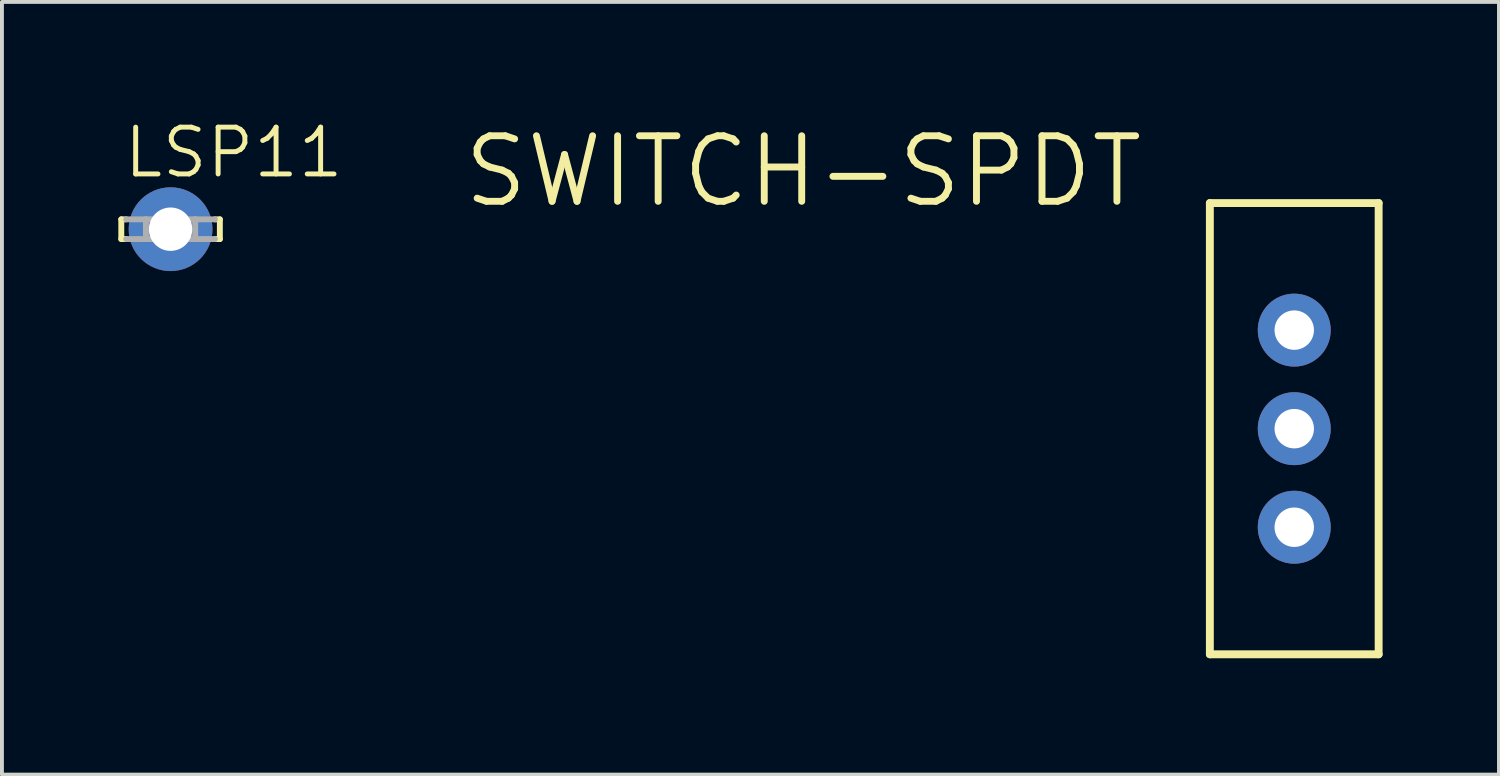
<source format=kicad_pcb>
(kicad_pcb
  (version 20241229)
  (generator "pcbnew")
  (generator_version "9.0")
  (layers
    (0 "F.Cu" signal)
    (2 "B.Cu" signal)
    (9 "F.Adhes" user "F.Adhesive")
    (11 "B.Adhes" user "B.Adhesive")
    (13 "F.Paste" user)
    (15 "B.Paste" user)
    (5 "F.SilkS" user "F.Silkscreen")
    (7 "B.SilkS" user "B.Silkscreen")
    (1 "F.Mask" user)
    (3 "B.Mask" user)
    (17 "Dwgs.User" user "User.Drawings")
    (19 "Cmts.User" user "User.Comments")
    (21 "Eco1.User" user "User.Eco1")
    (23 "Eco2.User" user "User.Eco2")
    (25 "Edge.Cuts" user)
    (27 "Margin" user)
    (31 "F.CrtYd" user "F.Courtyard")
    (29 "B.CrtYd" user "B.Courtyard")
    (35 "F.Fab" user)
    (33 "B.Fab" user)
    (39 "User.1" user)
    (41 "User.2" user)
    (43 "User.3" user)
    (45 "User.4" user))
  (footprint "LSP11"
    (layer "F.Cu")
    (at 1.346 2.857)
    (property "Reference" "LSP11" (at -1.27 -1.27 0) (layer "F.SilkS") (effects (font (size 1.206 1.206) (thickness 0.127)) (justify left bottom)))
    (attr through_hole)
    (fp_line (start -1.27 -0.254) (end -1.27 0.254) (stroke (width 0.152) (type solid)) (layer "F.SilkS"))
    (fp_line (start -1.27 -0.254) (end -1.143 -0.254) (stroke (width 0.152) (type solid)) (layer "F.SilkS"))
    (fp_line (start -1.27 0.254) (end -1.143 0.254) (stroke (width 0.152) (type solid)) (layer "F.SilkS"))
    (fp_line (start 1.27 -0.254) (end 1.143 -0.254) (stroke (width 0.152) (type solid)) (layer "F.SilkS"))
    (fp_line (start 1.27 -0.254) (end 1.27 0.254) (stroke (width 0.152) (type solid)) (layer "F.SilkS"))
    (fp_line (start 1.27 0.254) (end 1.143 0.254) (stroke (width 0.152) (type solid)) (layer "F.SilkS"))
    (fp_line (start -1.143 0.254) (end -0.635 0.254) (stroke (width 0.152) (type solid)) (layer "F.Fab"))
    (fp_line (start -0.635 -0.254) (end -1.143 -0.254) (stroke (width 0.152) (type solid)) (layer "F.Fab"))
    (fp_line (start -0.635 -0.254) (end -0.635 0.254) (stroke (width 0.152) (type solid)) (layer "F.Fab"))
    (fp_line (start -0.635 0.254) (end 0.635 0.254) (stroke (width 0.152) (type solid)) (layer "F.Fab"))
    (fp_line (start 0.635 -0.254) (end -0.635 -0.254) (stroke (width 0.152) (type solid)) (layer "F.Fab"))
    (fp_line (start 0.635 -0.254) (end 0.635 0.254) (stroke (width 0.152) (type solid)) (layer "F.Fab"))
    (fp_line (start 0.635 0.254) (end 1.143 0.254) (stroke (width 0.152) (type solid)) (layer "F.Fab"))
    (fp_line (start 1.143 -0.254) (end 0.635 -0.254) (stroke (width 0.152) (type solid)) (layer "F.Fab"))
    (pad "MP" thru_hole circle (at 0 0) (size 2.159 2.159) (drill 1.118) (layers "*.Cu" "*.Mask")))
  (footprint "SWITCH-SPDT"
    (layer "F.Cu")
    (at 30.306 7.998)
    (property "Reference" "SWITCH-SPDT" (at -3.81 -7.62 0) (layer "F.SilkS") (effects (font (size 1.689 1.689) (thickness 0.178)) (justify right top)))
    (attr through_hole)
    (fp_line (start -2.175 -5.815) (end -2.175 5.815) (stroke (width 0.203) (type solid)) (layer "F.SilkS"))
    (fp_line (start -2.175 5.815) (end 2.175 5.815) (stroke (width 0.203) (type solid)) (layer "F.SilkS"))
    (fp_line (start 2.175 -5.815) (end -2.175 -5.815) (stroke (width 0.203) (type solid)) (layer "F.SilkS"))
    (fp_line (start 2.175 5.815) (end 2.175 -5.815) (stroke (width 0.203) (type solid)) (layer "F.SilkS"))
    (pad "1" thru_hole circle (at 0 -2.54) (size 1.88 1.88) (drill 1.016) (layers "*.Cu" "*.Mask"))
    (pad "2" thru_hole circle (at 0 0) (size 1.88 1.88) (drill 1.016) (layers "*.Cu" "*.Mask"))
    (pad "3" thru_hole circle (at 0 2.54) (size 1.88 1.88) (drill 1.016) (layers "*.Cu" "*.Mask")))
  (gr_rect
    (start -3 -3)
    (end 35.582 16.914)
    (stroke (width 0.1) (type default))
    (fill no)
    (layer "Edge.Cuts")))
</source>
